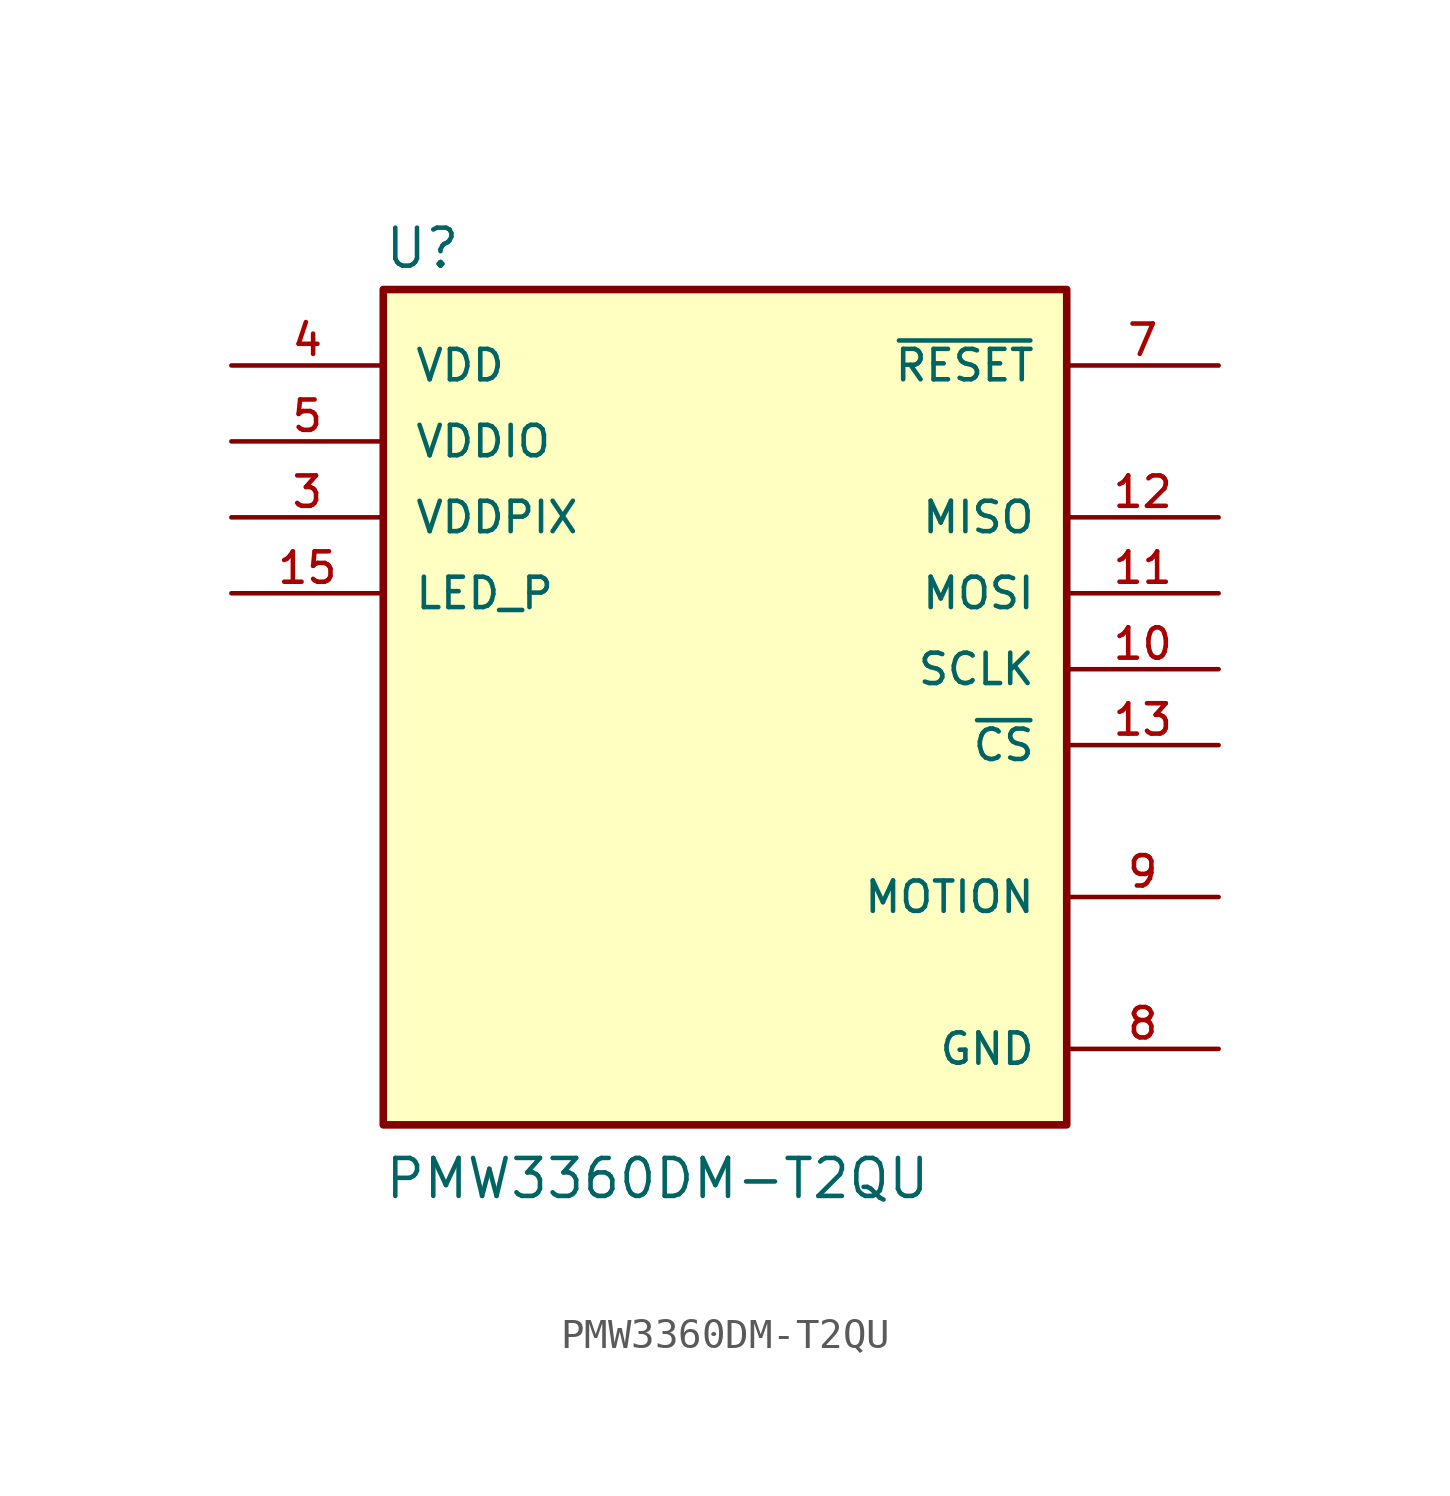
<source format=kicad_sym>
(kicad_symbol_lib
  (version 20231120)
  (generator "kicad_symbol_editor")
  (generator_version "8.0")
  (symbol "PMW3360DM-T2QU"
    (pin_names
      (offset 1.016))
    (property "Reference" "U"
      (at -12.7 13.335 0)
      (effects (font (size 1.27 1.27)) (justify left bottom)))
    (property "Value" "PMW3360DM-T2QU"
      (at -12.7 -17.78 0)
      (effects (font (size 1.27 1.27)) (justify left bottom)))
    (symbol "PMW3360DM-T2QU_0_0"
      (rectangle (start -12.7 -15.24) (end 10.16 12.7) (stroke (width 0.254) (type default)) (fill (type background)))
      (pin bidirectional line (at 15.24 0 180) (length 5.08) (name "SCLK" (effects (font (size 1.016 1.016)))) (number "10" (effects (font (size 1.016 1.016)))))
      (pin bidirectional line (at 15.24 2.54 180) (length 5.08) (name "MOSI" (effects (font (size 1.016 1.016)))) (number "11" (effects (font (size 1.016 1.016)))))
      (pin bidirectional line (at 15.24 5.08 180) (length 5.08) (name "MISO" (effects (font (size 1.016 1.016)))) (number "12" (effects (font (size 1.016 1.016)))))
      (pin bidirectional line (at 15.24 -2.54 180) (length 5.08) (name "~{CS}" (effects (font (size 1.016 1.016)))) (number "13" (effects (font (size 1.016 1.016)))))
      (pin bidirectional line (at -17.78 2.54 0) (length 5.08) (name "LED_P" (effects (font (size 1.016 1.016)))) (number "15" (effects (font (size 1.016 1.016)))))
      (pin bidirectional line (at -17.78 5.08 0) (length 5.08) (name "VDDPIX" (effects (font (size 1.016 1.016)))) (number "3" (effects (font (size 1.016 1.016)))))
      (pin bidirectional line (at -17.78 10.16 0) (length 5.08) (name "VDD" (effects (font (size 1.016 1.016)))) (number "4" (effects (font (size 1.016 1.016)))))
      (pin bidirectional line (at -17.78 7.62 0) (length 5.08) (name "VDDIO" (effects (font (size 1.016 1.016)))) (number "5" (effects (font (size 1.016 1.016)))))
      (pin bidirectional line (at 15.24 10.16 180) (length 5.08) (name "~{RESET}" (effects (font (size 1.016 1.016)))) (number "7" (effects (font (size 1.016 1.016)))))
      (pin bidirectional line (at 15.24 -12.7 180) (length 5.08) (name "GND" (effects (font (size 1.016 1.016)))) (number "8" (effects (font (size 1.016 1.016)))))
      (pin bidirectional line (at 15.24 -7.62 180) (length 5.08) (name "MOTION" (effects (font (size 1.016 1.016)))) (number "9" (effects (font (size 1.016 1.016))))))))
</source>
